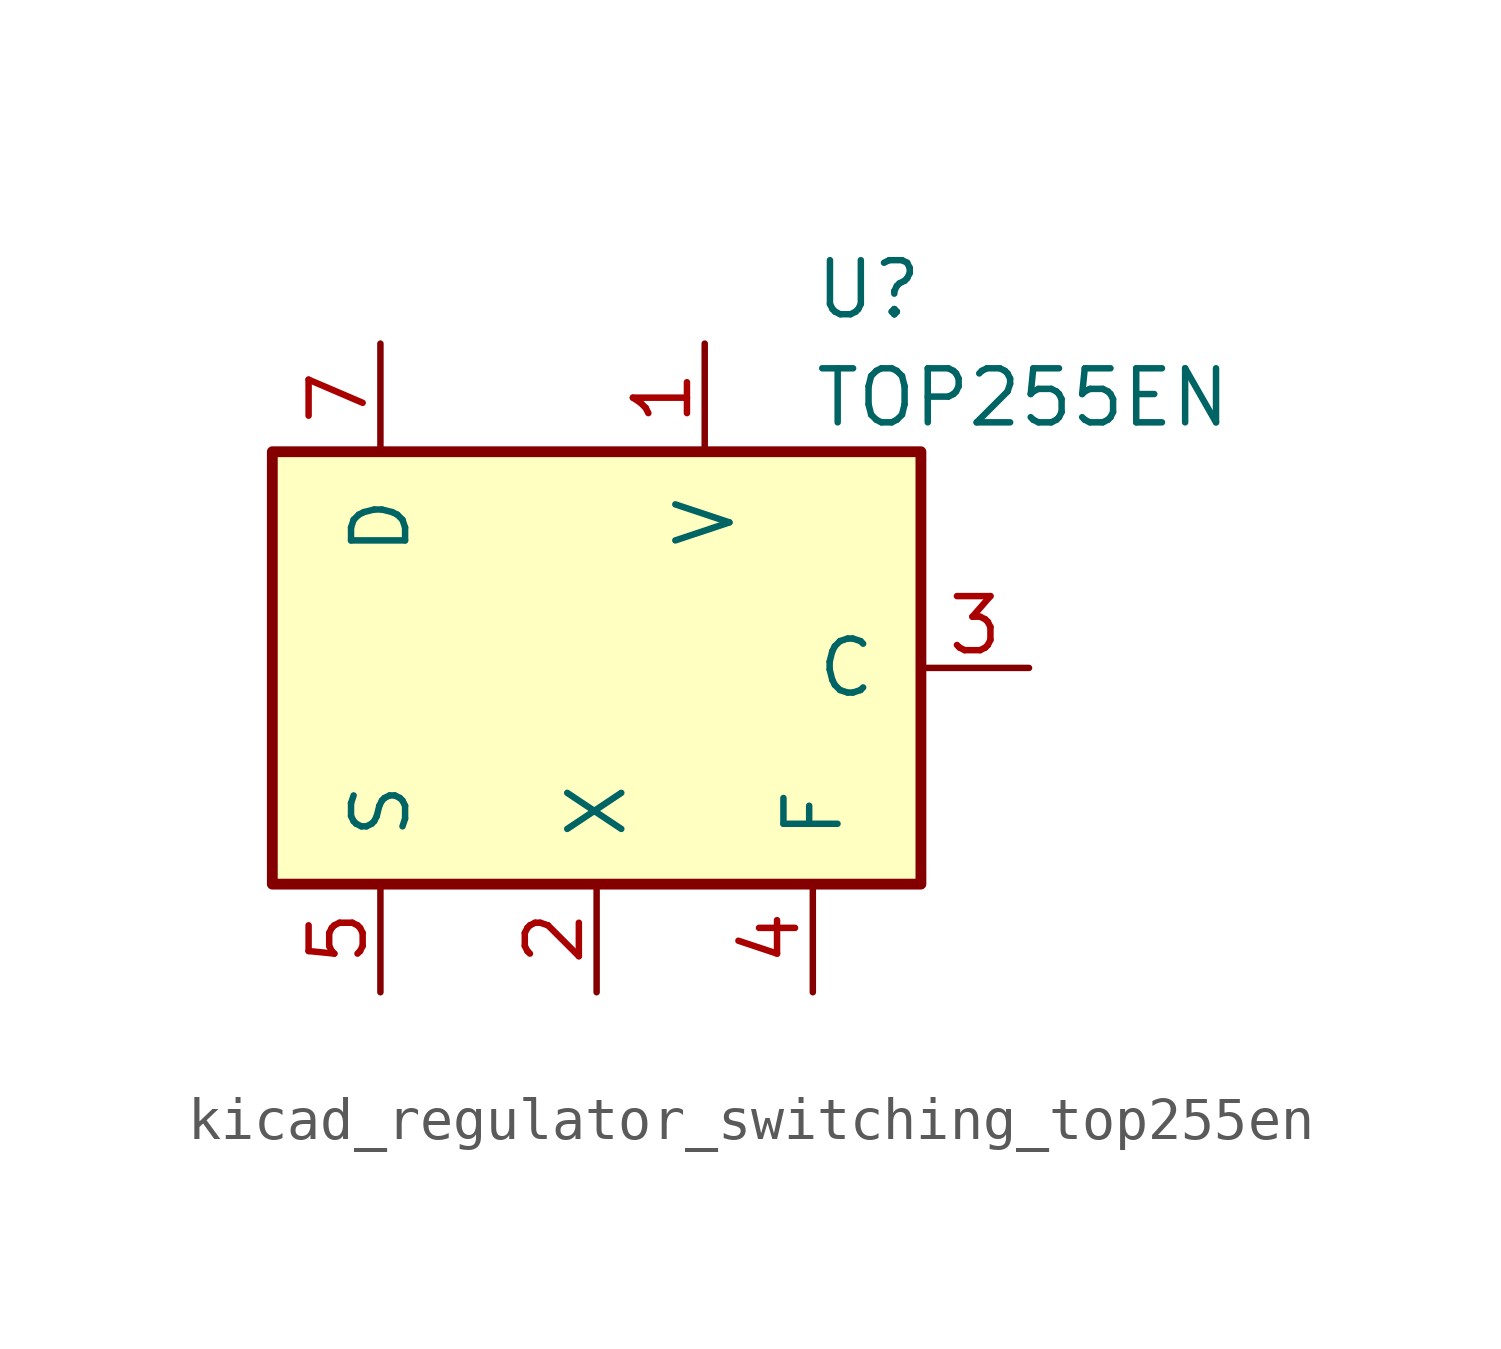
<source format=kicad_sym>
(kicad_symbol_lib
  (version 20220914)
  (generator kicad_symbol_editor)
  (symbol "kicad_regulator_switching_top255en"
    (pin_names
      (offset 1.016))
    (property "Reference" "U"
      (at 5.08 8.89 0)
      (effects (font (size 1.27 1.27)) (justify left)))
    (property "Value" "TOP255EN"
      (at 5.08 6.35 0)
      (effects (font (size 1.27 1.27)) (justify left)))
    (symbol "kicad_regulator_switching_top255en_0_1"
      (rectangle (start -7.62 5.08) (end 7.62 -5.08) (stroke (width 0.254) (type default)) (fill (type background))))
    (symbol "kicad_regulator_switching_top255en_1_1"
      (pin input line (at 2.54 7.62 270) (length 2.54) (name "V" (effects (font (size 1.27 1.27)))) (number "1" (effects (font (size 1.27 1.27)))))
      (pin input line (at 0 -7.62 90) (length 2.54) (name "X" (effects (font (size 1.27 1.27)))) (number "2" (effects (font (size 1.27 1.27)))))
      (pin input line (at 10.16 0 180) (length 2.54) (name "C" (effects (font (size 1.27 1.27)))) (number "3" (effects (font (size 1.27 1.27)))))
      (pin passive line (at 5.08 -7.62 90) (length 2.54) (name "F" (effects (font (size 1.27 1.27)))) (number "4" (effects (font (size 1.27 1.27)))))
      (pin power_in line (at -5.08 -7.62 90) (length 2.54) (name "S" (effects (font (size 1.27 1.27)))) (number "5" (effects (font (size 1.27 1.27)))))
      (pin open_collector line (at -5.08 7.62 270) (length 2.54) (name "D" (effects (font (size 1.27 1.27)))) (number "7" (effects (font (size 1.27 1.27))))))))
</source>
